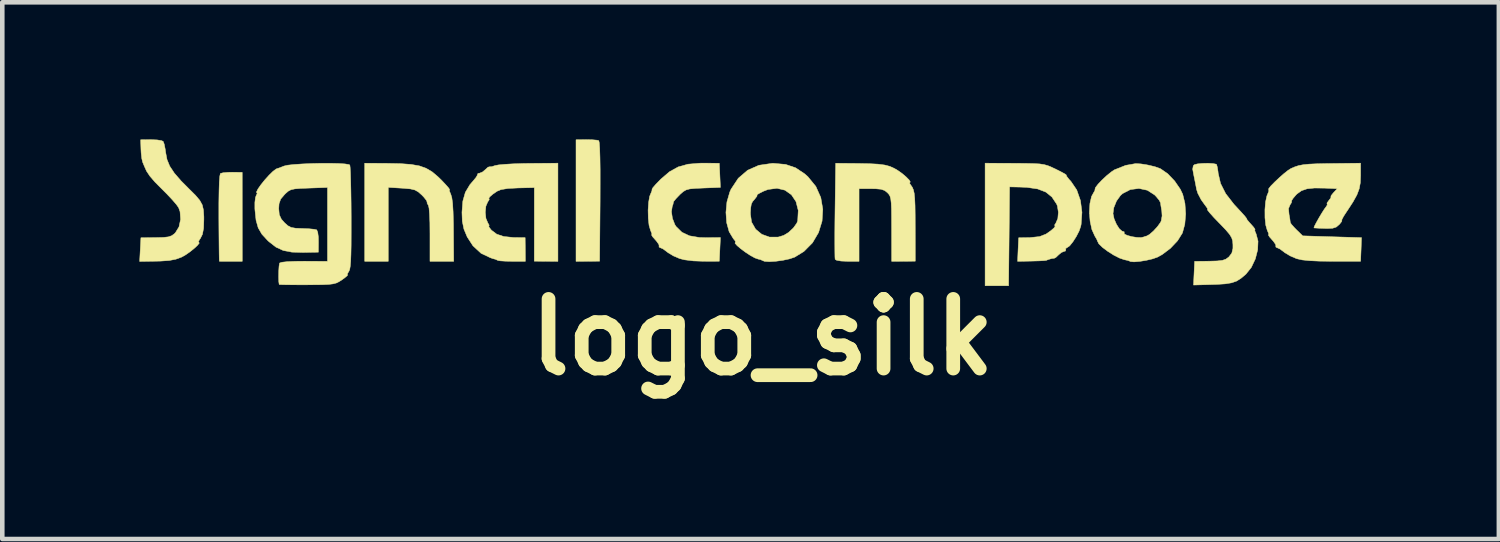
<source format=kicad_pcb>
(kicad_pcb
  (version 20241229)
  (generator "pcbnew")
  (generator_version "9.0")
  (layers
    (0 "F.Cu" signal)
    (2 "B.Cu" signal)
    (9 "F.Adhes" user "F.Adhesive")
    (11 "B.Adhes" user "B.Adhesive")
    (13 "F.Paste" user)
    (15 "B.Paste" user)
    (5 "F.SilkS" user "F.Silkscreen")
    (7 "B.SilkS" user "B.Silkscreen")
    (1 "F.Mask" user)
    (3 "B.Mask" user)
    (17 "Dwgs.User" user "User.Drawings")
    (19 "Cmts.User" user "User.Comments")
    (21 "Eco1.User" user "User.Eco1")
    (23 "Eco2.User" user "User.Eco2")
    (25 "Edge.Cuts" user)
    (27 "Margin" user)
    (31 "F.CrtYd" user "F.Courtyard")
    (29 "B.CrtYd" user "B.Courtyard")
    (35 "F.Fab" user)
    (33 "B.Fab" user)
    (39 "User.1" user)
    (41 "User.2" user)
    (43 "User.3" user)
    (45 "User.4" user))
  (footprint "logo_silk"
    (layer "F.Cu")
    (at 13.382 1.574)
    (property "Reference" "logo_silk" (at 0.25 2.75 0) (layer "F.SilkS") (effects (font (size 1.524 1.524) (thickness 0.3))))
    (attr through_hole)
    (fp_poly (pts (xy -3.469 -1.566) (xy -3.37 -1.557) (xy -3.332 -1.547) (xy -3.321 -1.5) (xy -3.312 -1.377) (xy -3.306 -1.182) (xy -3.302 -0.918) (xy -3.302 -0.589) (xy -3.303 -0.216) (xy -3.314 1.09) (xy -3.572 1.092) (xy -3.83 1.094) (xy -3.83 -1.566) (xy -3.601 -1.569) (xy -3.469 -1.566)) (stroke (width 0.01) (type solid)) (fill yes) (layer "F.SilkS"))
    (fp_poly (pts (xy -11.133 -0.853) (xy -11.132 1.093) (xy -11.38 1.093) (xy -11.51 1.093) (xy -11.601 1.093) (xy -11.633 1.092) (xy -11.635 1.054) (xy -11.637 0.948) (xy -11.639 0.783) (xy -11.641 0.573) (xy -11.643 0.326) (xy -11.644 0.146) (xy -11.644 -0.179) (xy -11.64 -0.443) (xy -11.634 -0.643) (xy -11.623 -0.773) (xy -11.61 -0.828) (xy -11.609 -0.829) (xy -11.549 -0.845) (xy -11.439 -0.854) (xy -11.351 -0.856) (xy -11.133 -0.853)) (stroke (width 0.01) (type solid)) (fill yes) (layer "F.SilkS"))
    (fp_poly (pts (xy -7.967 -1.05) (xy -7.672 -1.044) (xy -7.441 -1.027) (xy -7.258 -0.995) (xy -7.109 -0.942) (xy -6.977 -0.864) (xy -6.849 -0.756) (xy -6.768 -0.677) (xy -6.676 -0.579) (xy -6.614 -0.508) (xy -6.596 -0.477) (xy -6.597 -0.476) (xy -6.6 -0.446) (xy -6.57 -0.374) (xy -6.569 -0.372) (xy -6.547 -0.299) (xy -6.53 -0.174) (xy -6.519 0.011) (xy -6.512 0.263) (xy -6.511 0.412) (xy -6.506 1.093) (xy -7.025 1.093) (xy -7.025 0.489) (xy -7.027 0.249) (xy -7.035 0.059) (xy -7.046 -0.073) (xy -7.062 -0.136) (xy -7.065 -0.139) (xy -7.09 -0.183) (xy -7.086 -0.195) (xy -7.101 -0.238) (xy -7.16 -0.312) (xy -7.203 -0.357) (xy -7.281 -0.426) (xy -7.356 -0.468) (xy -7.452 -0.491) (xy -7.597 -0.504) (xy -7.638 -0.507) (xy -7.938 -0.525) (xy -7.938 1.093) (xy -8.453 1.093) (xy -8.453 -1.053) (xy -7.967 -1.05)) (stroke (width 0.01) (type solid)) (fill yes) (layer "F.SilkS"))
    (fp_poly (pts (xy 2.325 -1.048) (xy 2.581 -1.043) (xy 2.775 -1.033) (xy 2.921 -1.014) (xy 3.036 -0.984) (xy 3.135 -0.939) (xy 3.207 -0.897) (xy 3.307 -0.826) (xy 3.396 -0.75) (xy 3.46 -0.684) (xy 3.484 -0.642) (xy 3.474 -0.635) (xy 3.47 -0.61) (xy 3.496 -0.572) (xy 3.528 -0.526) (xy 3.551 -0.471) (xy 3.569 -0.393) (xy 3.58 -0.283) (xy 3.587 -0.127) (xy 3.59 0.085) (xy 3.591 0.364) (xy 3.591 0.376) (xy 3.592 1.09) (xy 3.334 1.092) (xy 3.076 1.094) (xy 3.075 0.389) (xy 3.074 0.135) (xy 3.072 -0.051) (xy 3.066 -0.182) (xy 3.056 -0.271) (xy 3.04 -0.33) (xy 3.017 -0.371) (xy 2.985 -0.406) (xy 2.985 -0.407) (xy 2.921 -0.457) (xy 2.842 -0.484) (xy 2.722 -0.495) (xy 2.628 -0.496) (xy 2.362 -0.496) (xy 2.362 1.093) (xy 2.109 1.093) (xy 1.969 1.087) (xy 1.872 1.07) (xy 1.839 1.05) (xy 1.835 1) (xy 1.833 0.882) (xy 1.832 0.706) (xy 1.832 0.484) (xy 1.834 0.227) (xy 1.837 -0.023) (xy 1.851 -1.052) (xy 2.325 -1.048)) (stroke (width 0.01) (type solid)) (fill yes) (layer "F.SilkS"))
    (fp_poly (pts (xy -12.995 -1.563) (xy -12.897 -1.547) (xy -12.862 -1.53) (xy -12.839 -1.469) (xy -12.817 -1.358) (xy -12.807 -1.285) (xy -12.778 -1.133) (xy -12.719 -0.989) (xy -12.619 -0.838) (xy -12.471 -0.667) (xy -12.296 -0.491) (xy -12.154 -0.35) (xy -12.062 -0.241) (xy -12.007 -0.141) (xy -11.981 -0.029) (xy -11.972 0.116) (xy -11.972 0.179) (xy -11.978 0.369) (xy -12.003 0.502) (xy -12.05 0.596) (xy -12.062 0.611) (xy -12.091 0.661) (xy -12.082 0.675) (xy -12.073 0.695) (xy -12.115 0.747) (xy -12.191 0.817) (xy -12.287 0.893) (xy -12.388 0.962) (xy -12.462 1.002) (xy -12.585 1.047) (xy -12.729 1.075) (xy -12.918 1.088) (xy -13.009 1.09) (xy -13.377 1.096) (xy -13.363 0.837) (xy -13.349 0.578) (xy -13.023 0.574) (xy -12.857 0.57) (xy -12.749 0.558) (xy -12.676 0.533) (xy -12.618 0.491) (xy -12.595 0.468) (xy -12.516 0.34) (xy -12.481 0.176) (xy -12.493 0.007) (xy -12.524 -0.081) (xy -12.573 -0.15) (xy -12.665 -0.257) (xy -12.786 -0.385) (xy -12.879 -0.478) (xy -13.041 -0.641) (xy -13.153 -0.771) (xy -13.227 -0.882) (xy -13.275 -0.99) (xy -13.276 -0.992) (xy -13.296 -1.041) (xy -13.312 -1.079) (xy -13.33 -1.156) (xy -13.344 -1.278) (xy -13.348 -1.356) (xy -13.355 -1.566) (xy -13.125 -1.568) (xy -12.995 -1.563)) (stroke (width 0.01) (type solid)) (fill yes) (layer "F.SilkS"))
    (fp_poly (pts (xy -0.695 -1.052) (xy -0.683 -0.788) (xy -0.671 -0.524) (xy -1.048 -0.51) (xy -1.225 -0.502) (xy -1.342 -0.491) (xy -1.422 -0.469) (xy -1.485 -0.432) (xy -1.551 -0.374) (xy -1.564 -0.361) (xy -1.643 -0.278) (xy -1.692 -0.218) (xy -1.698 -0.202) (xy -1.709 -0.15) (xy -1.725 -0.107) (xy -1.742 0.008) (xy -1.721 0.152) (xy -1.668 0.289) (xy -1.64 0.333) (xy -1.514 0.457) (xy -1.349 0.535) (xy -1.131 0.572) (xy -0.981 0.576) (xy -0.671 0.573) (xy -0.683 0.832) (xy -0.695 1.091) (xy -1.039 1.092) (xy -1.262 1.084) (xy -1.455 1.06) (xy -1.562 1.033) (xy -1.696 0.976) (xy -1.814 0.906) (xy -1.843 0.883) (xy -1.925 0.822) (xy -1.988 0.794) (xy -1.991 0.794) (xy -2.017 0.777) (xy -2.01 0.767) (xy -2.018 0.724) (xy -2.069 0.652) (xy -2.09 0.628) (xy -2.152 0.558) (xy -2.176 0.519) (xy -2.173 0.516) (xy -2.171 0.486) (xy -2.201 0.414) (xy -2.201 0.413) (xy -2.232 0.307) (xy -2.249 0.151) (xy -2.253 -0.026) (xy -2.242 -0.196) (xy -2.219 -0.329) (xy -2.202 -0.371) (xy -2.17 -0.448) (xy -2.166 -0.486) (xy -2.147 -0.519) (xy -2.084 -0.592) (xy -1.989 -0.69) (xy -1.971 -0.708) (xy -1.785 -0.867) (xy -1.595 -0.972) (xy -1.38 -1.032) (xy -1.117 -1.054) (xy -1.032 -1.055) (xy -0.695 -1.052)) (stroke (width 0.01) (type solid)) (fill yes) (layer "F.SilkS"))
    (fp_poly (pts (xy -4.226 1.094) (xy -4.485 1.092) (xy -4.743 1.09) (xy -4.742 0.285) (xy -4.742 -0.52) (xy -5.099 -0.512) (xy -5.32 -0.501) (xy -5.472 -0.476) (xy -5.556 -0.441) (xy -5.653 -0.374) (xy -5.719 -0.316) (xy -5.74 -0.282) (xy -5.732 -0.278) (xy -5.73 -0.253) (xy -5.761 -0.208) (xy -5.802 -0.113) (xy -5.815 0.021) (xy -5.801 0.154) (xy -5.76 0.251) (xy -5.76 0.252) (xy -5.729 0.303) (xy -5.737 0.318) (xy -5.735 0.342) (xy -5.689 0.402) (xy -5.677 0.415) (xy -5.565 0.499) (xy -5.412 0.55) (xy -5.202 0.572) (xy -5.14 0.573) (xy -4.943 0.575) (xy -4.94 0.834) (xy -4.938 1.093) (xy -5.23 1.093) (xy -5.374 1.09) (xy -5.485 1.083) (xy -5.54 1.074) (xy -5.542 1.072) (xy -5.597 1.047) (xy -5.599 1.047) (xy -5.654 1.033) (xy -5.655 1.032) (xy -5.705 1.014) (xy -5.907 0.918) (xy -6.084 0.755) (xy -6.21 0.561) (xy -6.282 0.389) (xy -6.318 0.216) (xy -6.325 0.02) (xy -6.306 -0.224) (xy -6.251 -0.417) (xy -6.151 -0.584) (xy -6.082 -0.664) (xy -6.015 -0.745) (xy -5.984 -0.801) (xy -5.985 -0.812) (xy -5.973 -0.831) (xy -5.946 -0.833) (xy -5.876 -0.861) (xy -5.814 -0.913) (xy -5.756 -0.966) (xy -5.724 -0.975) (xy -5.679 -0.976) (xy -5.602 -1.001) (xy -5.526 -1.016) (xy -5.388 -1.029) (xy -5.203 -1.04) (xy -4.986 -1.047) (xy -4.862 -1.049) (xy -4.226 -1.054) (xy -4.226 1.094)) (stroke (width 0.01) (type solid)) (fill yes) (layer "F.SilkS"))
    (fp_poly (pts (xy 5.765 -1.051) (xy 6.005 -1.049) (xy 6.182 -1.045) (xy 6.312 -1.038) (xy 6.41 -1.023) (xy 6.493 -1) (xy 6.576 -0.965) (xy 6.668 -0.922) (xy 6.788 -0.861) (xy 6.87 -0.816) (xy 6.897 -0.795) (xy 6.896 -0.795) (xy 6.903 -0.769) (xy 6.954 -0.703) (xy 7.001 -0.651) (xy 7.125 -0.468) (xy 7.206 -0.236) (xy 7.239 0.021) (xy 7.221 0.283) (xy 7.212 0.328) (xy 7.176 0.432) (xy 7.114 0.552) (xy 7.04 0.667) (xy 6.97 0.754) (xy 6.916 0.792) (xy 6.913 0.792) (xy 6.88 0.816) (xy 6.886 0.833) (xy 6.878 0.868) (xy 6.855 0.873) (xy 6.788 0.9) (xy 6.728 0.951) (xy 6.668 1.008) (xy 6.633 1.026) (xy 6.578 1.032) (xy 6.513 1.051) (xy 6.509 1.052) (xy 6.462 1.07) (xy 6.459 1.072) (xy 6.418 1.077) (xy 6.317 1.083) (xy 6.176 1.087) (xy 6.14 1.088) (xy 5.831 1.094) (xy 5.842 0.836) (xy 5.854 0.578) (xy 6.099 0.574) (xy 6.311 0.552) (xy 6.456 0.495) (xy 6.557 0.424) (xy 6.628 0.362) (xy 6.654 0.324) (xy 6.646 0.318) (xy 6.643 0.293) (xy 6.666 0.26) (xy 6.711 0.157) (xy 6.723 0.019) (xy 6.702 -0.117) (xy 6.685 -0.159) (xy 6.582 -0.314) (xy 6.448 -0.422) (xy 6.269 -0.491) (xy 6.034 -0.525) (xy 5.894 -0.531) (xy 5.655 -0.536) (xy 5.645 0.546) (xy 5.634 1.627) (xy 5.12 1.627) (xy 5.12 -1.054) (xy 5.765 -1.051)) (stroke (width 0.01) (type solid)) (fill yes) (layer "F.SilkS"))
    (fp_poly (pts (xy 0.755 -1.027) (xy 0.972 -0.954) (xy 1.172 -0.821) (xy 1.243 -0.758) (xy 1.417 -0.545) (xy 1.525 -0.303) (xy 1.569 -0.046) (xy 1.553 0.213) (xy 1.476 0.463) (xy 1.343 0.689) (xy 1.155 0.878) (xy 0.953 1.002) (xy 0.84 1.04) (xy 0.695 1.071) (xy 0.54 1.092) (xy 0.4 1.101) (xy 0.296 1.094) (xy 0.258 1.079) (xy 0.205 1.055) (xy 0.155 1.044) (xy 0.082 1.018) (xy -0.016 0.964) (xy -0.123 0.894) (xy -0.224 0.819) (xy -0.305 0.75) (xy -0.351 0.698) (xy -0.345 0.675) (xy -0.341 0.675) (xy -0.345 0.65) (xy -0.391 0.593) (xy -0.48 0.445) (xy -0.534 0.249) (xy -0.548 0.05) (xy -0.016 0.05) (xy 0.011 0.236) (xy 0.099 0.39) (xy 0.234 0.502) (xy 0.403 0.563) (xy 0.59 0.563) (xy 0.714 0.526) (xy 0.822 0.46) (xy 0.926 0.362) (xy 1 0.259) (xy 1.02 0.208) (xy 1.032 -0.02) (xy 0.983 -0.213) (xy 0.883 -0.363) (xy 0.742 -0.463) (xy 0.568 -0.505) (xy 0.371 -0.479) (xy 0.272 -0.441) (xy 0.179 -0.394) (xy 0.131 -0.364) (xy 0.131 -0.359) (xy 0.129 -0.333) (xy 0.084 -0.274) (xy 0.081 -0.27) (xy 0.032 -0.213) (xy 0.005 -0.158) (xy -0.008 -0.077) (xy -0.016 0.05) (xy -0.548 0.05) (xy -0.55 0.024) (xy -0.528 -0.207) (xy -0.466 -0.422) (xy -0.438 -0.485) (xy -0.279 -0.725) (xy -0.075 -0.9) (xy 0.171 -1.008) (xy 0.46 -1.05) (xy 0.496 -1.05) (xy 0.755 -1.027)) (stroke (width 0.01) (type solid)) (fill yes) (layer "F.SilkS"))
    (fp_poly (pts (xy 10.105 -1.046) (xy 10.174 -1.032) (xy 10.184 -1.025) (xy 10.2 -0.969) (xy 10.216 -0.868) (xy 10.219 -0.834) (xy 10.271 -0.61) (xy 10.383 -0.388) (xy 10.562 -0.157) (xy 10.625 -0.089) (xy 10.728 0.022) (xy 10.804 0.107) (xy 10.84 0.154) (xy 10.841 0.159) (xy 10.852 0.184) (xy 10.905 0.247) (xy 10.934 0.278) (xy 10.998 0.351) (xy 11.026 0.393) (xy 11.023 0.397) (xy 11.021 0.427) (xy 11.05 0.496) (xy 11.091 0.652) (xy 11.083 0.841) (xy 11.032 1.04) (xy 10.944 1.226) (xy 10.825 1.375) (xy 10.822 1.377) (xy 10.719 1.464) (xy 10.623 1.525) (xy 10.514 1.563) (xy 10.375 1.586) (xy 10.186 1.598) (xy 10.049 1.602) (xy 9.68 1.612) (xy 9.692 1.353) (xy 9.704 1.094) (xy 10.031 1.09) (xy 10.2 1.085) (xy 10.312 1.072) (xy 10.387 1.046) (xy 10.446 1.003) (xy 10.453 0.997) (xy 10.517 0.914) (xy 10.542 0.81) (xy 10.542 0.732) (xy 10.536 0.648) (xy 10.514 0.577) (xy 10.468 0.502) (xy 10.387 0.406) (xy 10.26 0.273) (xy 10.245 0.258) (xy 10.128 0.137) (xy 10.04 0.039) (xy 9.99 -0.023) (xy 9.984 -0.04) (xy 9.984 -0.065) (xy 9.94 -0.126) (xy 9.937 -0.129) (xy 9.846 -0.256) (xy 9.774 -0.394) (xy 9.747 -0.478) (xy 9.733 -0.553) (xy 9.711 -0.665) (xy 9.705 -0.695) (xy 9.681 -0.814) (xy 9.664 -0.908) (xy 9.661 -0.922) (xy 9.674 -0.996) (xy 9.696 -1.02) (xy 9.762 -1.038) (xy 9.871 -1.049) (xy 9.994 -1.052) (xy 10.105 -1.046)) (stroke (width 0.01) (type solid)) (fill yes) (layer "F.SilkS"))
    (fp_poly (pts (xy 8.53 -1.038) (xy 8.684 -1.013) (xy 8.838 -0.976) (xy 8.954 -0.934) (xy 8.958 -0.932) (xy 9.114 -0.824) (xy 9.266 -0.665) (xy 9.39 -0.485) (xy 9.443 -0.374) (xy 9.492 -0.174) (xy 9.508 0.056) (xy 9.489 0.281) (xy 9.438 0.469) (xy 9.435 0.476) (xy 9.33 0.644) (xy 9.174 0.809) (xy 8.992 0.946) (xy 8.89 1.002) (xy 8.781 1.04) (xy 8.643 1.072) (xy 8.501 1.095) (xy 8.378 1.105) (xy 8.3 1.098) (xy 8.288 1.091) (xy 8.242 1.074) (xy 8.163 1.057) (xy 8.059 1.021) (xy 7.932 0.956) (xy 7.801 0.873) (xy 7.687 0.787) (xy 7.607 0.709) (xy 7.58 0.655) (xy 7.562 0.61) (xy 7.52 0.539) (xy 7.456 0.397) (xy 7.417 0.215) (xy 7.404 0.05) (xy 7.918 0.05) (xy 7.942 0.162) (xy 7.992 0.28) (xy 8.054 0.378) (xy 8.115 0.433) (xy 8.132 0.437) (xy 8.167 0.451) (xy 8.16 0.465) (xy 8.167 0.496) (xy 8.23 0.526) (xy 8.328 0.553) (xy 8.437 0.57) (xy 8.534 0.573) (xy 8.598 0.558) (xy 8.602 0.555) (xy 8.644 0.542) (xy 8.652 0.541) (xy 8.716 0.506) (xy 8.803 0.43) (xy 8.891 0.334) (xy 8.957 0.242) (xy 8.973 0.209) (xy 8.992 0.1) (xy 8.985 -0.013) (xy 8.967 -0.116) (xy 8.958 -0.187) (xy 8.958 -0.187) (xy 8.93 -0.242) (xy 8.863 -0.324) (xy 8.828 -0.36) (xy 8.669 -0.462) (xy 8.486 -0.501) (xy 8.298 -0.477) (xy 8.129 -0.39) (xy 8.081 -0.347) (xy 7.995 -0.227) (xy 7.935 -0.079) (xy 7.918 0.05) (xy 7.404 0.05) (xy 7.402 0.017) (xy 7.413 -0.171) (xy 7.449 -0.327) (xy 7.493 -0.407) (xy 7.524 -0.462) (xy 7.523 -0.481) (xy 7.534 -0.52) (xy 7.591 -0.594) (xy 7.678 -0.686) (xy 7.78 -0.781) (xy 7.881 -0.863) (xy 7.948 -0.908) (xy 8.197 -1.007) (xy 8.414 -1.045) (xy 8.53 -1.038)) (stroke (width 0.01) (type solid)) (fill yes) (layer "F.SilkS"))
    (fp_poly (pts (xy -9.029 -1.047) (xy -8.886 -1.038) (xy -8.799 -1.024) (xy -8.779 -1.014) (xy -8.772 -0.965) (xy -8.765 -0.847) (xy -8.76 -0.671) (xy -8.755 -0.447) (xy -8.751 -0.185) (xy -8.749 0.102) (xy -8.749 0.139) (xy -8.749 0.475) (xy -8.75 0.741) (xy -8.754 0.944) (xy -8.76 1.094) (xy -8.769 1.199) (xy -8.781 1.268) (xy -8.797 1.309) (xy -8.804 1.32) (xy -8.836 1.373) (xy -8.827 1.389) (xy -8.836 1.408) (xy -8.896 1.458) (xy -8.95 1.497) (xy -9.014 1.538) (xy -9.073 1.567) (xy -9.144 1.586) (xy -9.241 1.598) (xy -9.378 1.604) (xy -9.572 1.606) (xy -9.714 1.607) (xy -9.923 1.607) (xy -10.102 1.606) (xy -10.236 1.604) (xy -10.312 1.601) (xy -10.324 1.599) (xy -10.333 1.538) (xy -10.336 1.431) (xy -10.334 1.308) (xy -10.327 1.199) (xy -10.316 1.135) (xy -10.314 1.13) (xy -10.262 1.113) (xy -10.142 1.1) (xy -9.965 1.093) (xy -9.775 1.091) (xy -9.267 1.094) (xy -9.267 -0.523) (xy -9.673 -0.509) (xy -9.857 -0.502) (xy -9.981 -0.492) (xy -10.064 -0.474) (xy -10.124 -0.443) (xy -10.181 -0.394) (xy -10.206 -0.369) (xy -10.291 -0.269) (xy -10.327 -0.168) (xy -10.334 -0.06) (xy -10.322 0.073) (xy -10.277 0.17) (xy -10.209 0.247) (xy -10.135 0.314) (xy -10.063 0.352) (xy -9.966 0.369) (xy -9.818 0.375) (xy -9.815 0.375) (xy -9.672 0.381) (xy -9.56 0.392) (xy -9.503 0.405) (xy -9.481 0.456) (xy -9.467 0.561) (xy -9.465 0.662) (xy -9.467 0.893) (xy -9.806 0.899) (xy -10.047 0.892) (xy -10.235 0.856) (xy -10.394 0.783) (xy -10.547 0.664) (xy -10.581 0.632) (xy -10.703 0.499) (xy -10.783 0.361) (xy -10.83 0.196) (xy -10.853 -0.02) (xy -10.856 -0.059) (xy -10.856 -0.195) (xy -10.843 -0.302) (xy -10.827 -0.347) (xy -10.804 -0.39) (xy -10.811 -0.397) (xy -10.821 -0.423) (xy -10.788 -0.49) (xy -10.723 -0.583) (xy -10.638 -0.689) (xy -10.546 -0.791) (xy -10.46 -0.875) (xy -10.391 -0.927) (xy -10.367 -0.936) (xy -10.314 -0.953) (xy -10.224 -0.989) (xy -10.22 -0.991) (xy -10.139 -1.01) (xy -10.002 -1.025) (xy -9.825 -1.037) (xy -9.623 -1.046) (xy -9.413 -1.051) (xy -9.209 -1.051) (xy -9.029 -1.047)) (stroke (width 0.01) (type solid)) (fill yes) (layer "F.SilkS"))
    (fp_poly (pts (xy 13.335 -0.781) (xy 13.329 -0.626) (xy 13.304 -0.493) (xy 13.254 -0.36) (xy 13.17 -0.208) (xy 13.045 -0.016) (xy 13.027 0.01) (xy 12.962 0.11) (xy 12.926 0.179) (xy 12.925 0.198) (xy 12.92 0.223) (xy 12.873 0.283) (xy 12.866 0.289) (xy 12.803 0.343) (xy 12.724 0.369) (xy 12.602 0.375) (xy 12.552 0.373) (xy 12.427 0.369) (xy 12.34 0.364) (xy 12.314 0.362) (xy 12.324 0.327) (xy 12.365 0.248) (xy 12.423 0.144) (xy 12.487 0.037) (xy 12.543 -0.051) (xy 12.572 -0.089) (xy 12.607 -0.142) (xy 12.601 -0.159) (xy 12.6 -0.183) (xy 12.64 -0.238) (xy 12.684 -0.295) (xy 12.685 -0.318) (xy 12.689 -0.342) (xy 12.736 -0.402) (xy 12.741 -0.407) (xy 12.824 -0.496) (xy 12.554 -0.508) (xy 12.329 -0.511) (xy 12.165 -0.494) (xy 12.042 -0.452) (xy 11.944 -0.382) (xy 11.918 -0.356) (xy 11.854 -0.28) (xy 11.825 -0.231) (xy 11.827 -0.224) (xy 11.821 -0.188) (xy 11.793 -0.145) (xy 11.758 -0.06) (xy 11.77 0.069) (xy 11.788 0.171) (xy 11.796 0.236) (xy 11.796 0.242) (xy 11.819 0.281) (xy 11.884 0.354) (xy 11.93 0.401) (xy 12.069 0.536) (xy 12.712 0.556) (xy 13.355 0.575) (xy 13.35 0.704) (xy 13.345 0.845) (xy 13.34 0.963) (xy 13.335 1.092) (xy 12.72 1.092) (xy 12.435 1.089) (xy 12.217 1.079) (xy 12.055 1.062) (xy 11.94 1.036) (xy 11.929 1.032) (xy 11.796 0.975) (xy 11.678 0.905) (xy 11.651 0.883) (xy 11.568 0.822) (xy 11.506 0.794) (xy 11.502 0.794) (xy 11.477 0.777) (xy 11.483 0.767) (xy 11.476 0.724) (xy 11.425 0.652) (xy 11.403 0.628) (xy 11.342 0.558) (xy 11.318 0.519) (xy 11.321 0.516) (xy 11.323 0.486) (xy 11.293 0.414) (xy 11.292 0.413) (xy 11.26 0.301) (xy 11.243 0.141) (xy 11.242 -0.038) (xy 11.256 -0.208) (xy 11.285 -0.339) (xy 11.297 -0.367) (xy 11.327 -0.442) (xy 11.325 -0.476) (xy 11.323 -0.476) (xy 11.326 -0.499) (xy 11.375 -0.56) (xy 11.457 -0.643) (xy 11.556 -0.736) (xy 11.658 -0.826) (xy 11.749 -0.898) (xy 11.809 -0.936) (xy 11.894 -0.973) (xy 11.979 -1.001) (xy 12.078 -1.02) (xy 12.205 -1.033) (xy 12.376 -1.041) (xy 12.605 -1.046) (xy 12.73 -1.047) (xy 13.335 -1.054) (xy 13.335 -0.781)) (stroke (width 0.01) (type solid)) (fill yes) (layer "F.SilkS")))
  (gr_rect
    (start -3 -3)
    (end 29.742 8.742)
    (stroke (width 0.1) (type default))
    (fill no)
    (layer "Edge.Cuts")))
</source>
